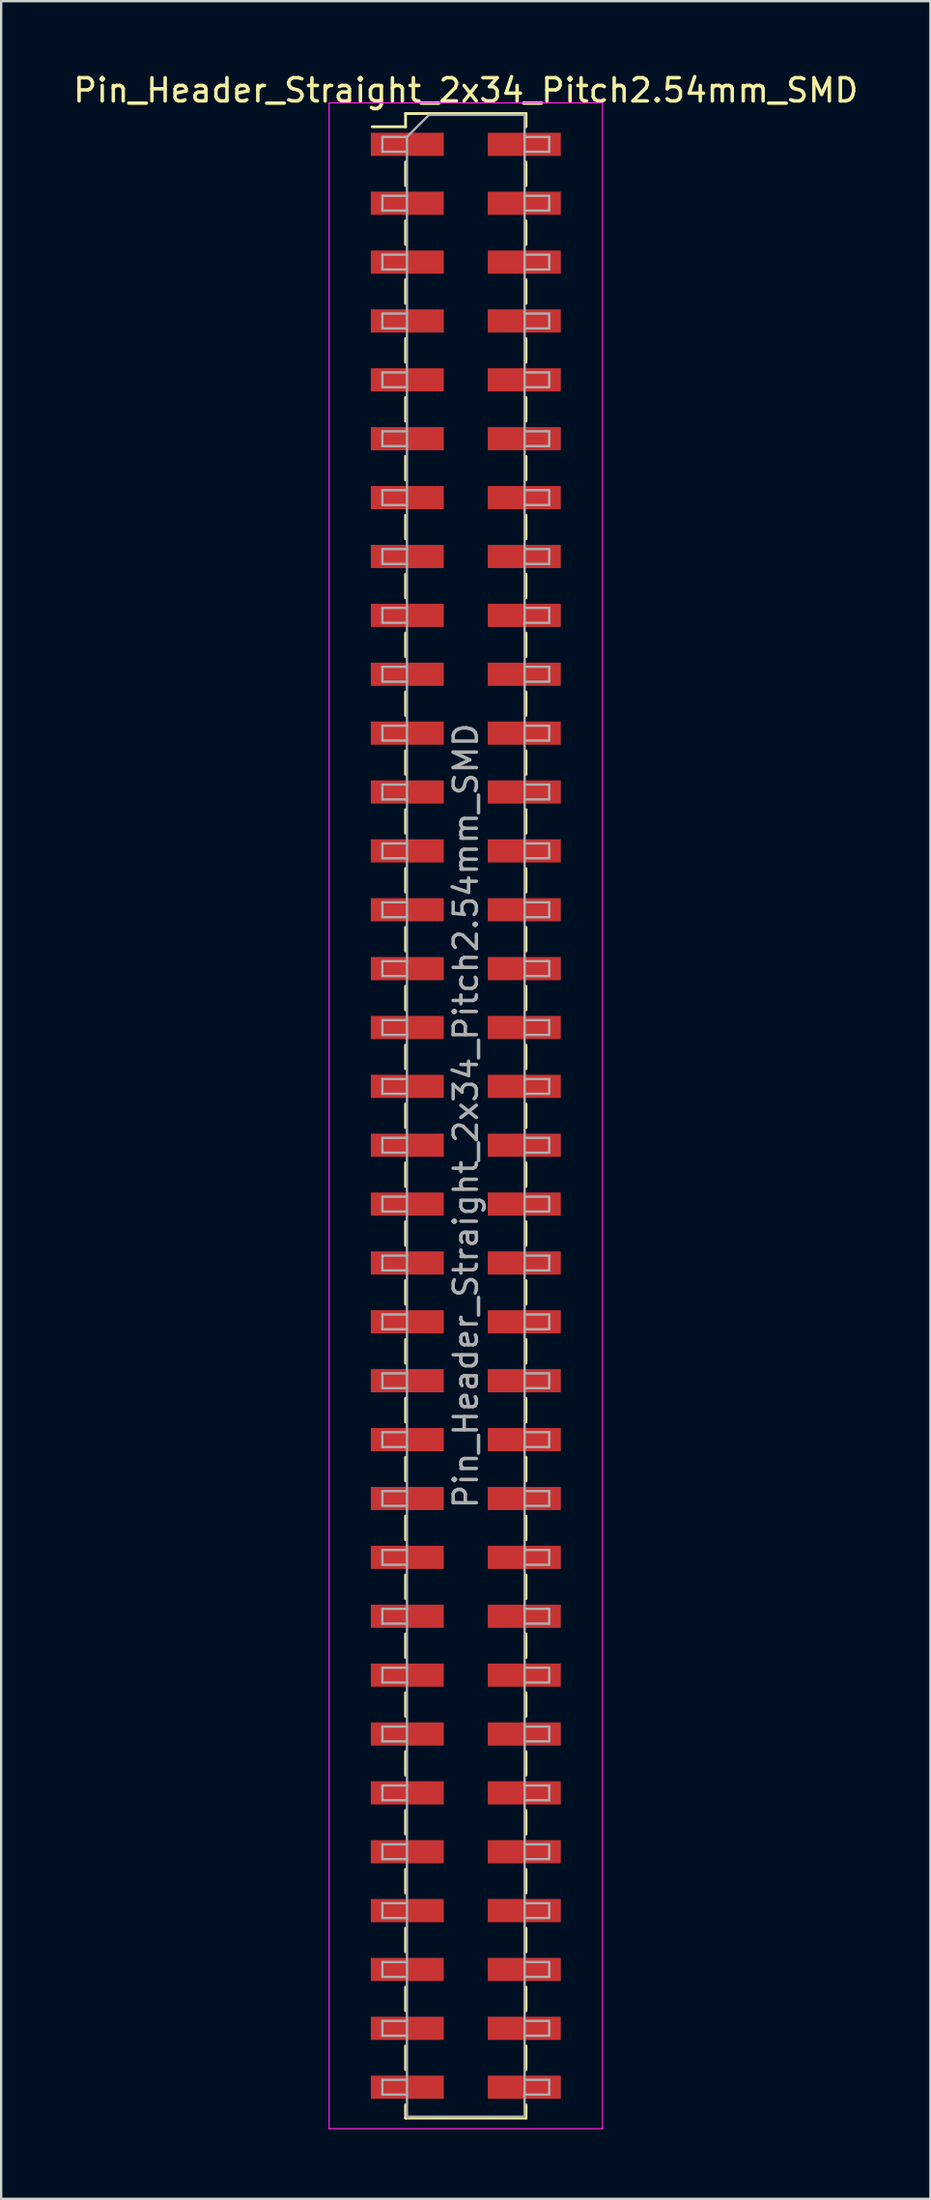
<source format=kicad_pcb>
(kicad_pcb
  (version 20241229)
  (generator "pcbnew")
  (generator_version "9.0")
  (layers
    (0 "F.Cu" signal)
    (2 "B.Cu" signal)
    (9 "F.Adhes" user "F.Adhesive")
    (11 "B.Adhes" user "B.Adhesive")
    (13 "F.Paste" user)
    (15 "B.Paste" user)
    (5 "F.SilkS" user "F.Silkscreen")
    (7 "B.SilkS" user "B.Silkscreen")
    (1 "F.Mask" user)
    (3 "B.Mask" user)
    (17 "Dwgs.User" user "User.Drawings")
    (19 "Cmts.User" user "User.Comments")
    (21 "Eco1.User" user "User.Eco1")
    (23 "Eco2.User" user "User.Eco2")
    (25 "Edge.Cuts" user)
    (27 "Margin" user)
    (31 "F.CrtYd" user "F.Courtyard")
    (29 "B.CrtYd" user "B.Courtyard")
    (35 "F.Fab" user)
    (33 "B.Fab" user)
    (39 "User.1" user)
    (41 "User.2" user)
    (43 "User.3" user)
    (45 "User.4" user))
  (footprint "Pin_Header_Straight_2x34_Pitch2.54mm_SMD"
    (layer "F.Cu")
    (at 17.054 45.088)
    (property "Reference" "Pin_Header_Straight_2x34_Pitch2.54mm_SMD" (at 0 -44.24 0) (layer "F.SilkS") (effects (font (size 1 1) (thickness 0.15))))
    (attr smd)
    (fp_line (start -4.04 -42.67) (end -2.6 -42.67) (stroke (width 0.12) (type solid)) (layer "F.SilkS"))
    (fp_line (start -2.6 -43.24) (end -2.6 -42.67) (stroke (width 0.12) (type solid)) (layer "F.SilkS"))
    (fp_line (start -2.6 -43.24) (end 2.6 -43.24) (stroke (width 0.12) (type solid)) (layer "F.SilkS"))
    (fp_line (start -2.6 -41.15) (end -2.6 -40.13) (stroke (width 0.12) (type solid)) (layer "F.SilkS"))
    (fp_line (start -2.6 -38.61) (end -2.6 -37.59) (stroke (width 0.12) (type solid)) (layer "F.SilkS"))
    (fp_line (start -2.6 -36.07) (end -2.6 -35.05) (stroke (width 0.12) (type solid)) (layer "F.SilkS"))
    (fp_line (start -2.6 -33.53) (end -2.6 -32.51) (stroke (width 0.12) (type solid)) (layer "F.SilkS"))
    (fp_line (start -2.6 -30.99) (end -2.6 -29.97) (stroke (width 0.12) (type solid)) (layer "F.SilkS"))
    (fp_line (start -2.6 -28.45) (end -2.6 -27.43) (stroke (width 0.12) (type solid)) (layer "F.SilkS"))
    (fp_line (start -2.6 -25.91) (end -2.6 -24.89) (stroke (width 0.12) (type solid)) (layer "F.SilkS"))
    (fp_line (start -2.6 -23.37) (end -2.6 -22.35) (stroke (width 0.12) (type solid)) (layer "F.SilkS"))
    (fp_line (start -2.6 -20.83) (end -2.6 -19.81) (stroke (width 0.12) (type solid)) (layer "F.SilkS"))
    (fp_line (start -2.6 -18.29) (end -2.6 -17.27) (stroke (width 0.12) (type solid)) (layer "F.SilkS"))
    (fp_line (start -2.6 -15.75) (end -2.6 -14.73) (stroke (width 0.12) (type solid)) (layer "F.SilkS"))
    (fp_line (start -2.6 -13.21) (end -2.6 -12.19) (stroke (width 0.12) (type solid)) (layer "F.SilkS"))
    (fp_line (start -2.6 -10.67) (end -2.6 -9.65) (stroke (width 0.12) (type solid)) (layer "F.SilkS"))
    (fp_line (start -2.6 -8.13) (end -2.6 -7.11) (stroke (width 0.12) (type solid)) (layer "F.SilkS"))
    (fp_line (start -2.6 -5.59) (end -2.6 -4.57) (stroke (width 0.12) (type solid)) (layer "F.SilkS"))
    (fp_line (start -2.6 -3.05) (end -2.6 -2.03) (stroke (width 0.12) (type solid)) (layer "F.SilkS"))
    (fp_line (start -2.6 -0.51) (end -2.6 0.51) (stroke (width 0.12) (type solid)) (layer "F.SilkS"))
    (fp_line (start -2.6 2.03) (end -2.6 3.05) (stroke (width 0.12) (type solid)) (layer "F.SilkS"))
    (fp_line (start -2.6 4.57) (end -2.6 5.59) (stroke (width 0.12) (type solid)) (layer "F.SilkS"))
    (fp_line (start -2.6 7.11) (end -2.6 8.13) (stroke (width 0.12) (type solid)) (layer "F.SilkS"))
    (fp_line (start -2.6 9.65) (end -2.6 10.67) (stroke (width 0.12) (type solid)) (layer "F.SilkS"))
    (fp_line (start -2.6 12.19) (end -2.6 13.21) (stroke (width 0.12) (type solid)) (layer "F.SilkS"))
    (fp_line (start -2.6 14.73) (end -2.6 15.75) (stroke (width 0.12) (type solid)) (layer "F.SilkS"))
    (fp_line (start -2.6 17.27) (end -2.6 18.29) (stroke (width 0.12) (type solid)) (layer "F.SilkS"))
    (fp_line (start -2.6 19.81) (end -2.6 20.83) (stroke (width 0.12) (type solid)) (layer "F.SilkS"))
    (fp_line (start -2.6 22.35) (end -2.6 23.37) (stroke (width 0.12) (type solid)) (layer "F.SilkS"))
    (fp_line (start -2.6 24.89) (end -2.6 25.91) (stroke (width 0.12) (type solid)) (layer "F.SilkS"))
    (fp_line (start -2.6 27.43) (end -2.6 28.45) (stroke (width 0.12) (type solid)) (layer "F.SilkS"))
    (fp_line (start -2.6 29.97) (end -2.6 30.99) (stroke (width 0.12) (type solid)) (layer "F.SilkS"))
    (fp_line (start -2.6 32.51) (end -2.6 33.53) (stroke (width 0.12) (type solid)) (layer "F.SilkS"))
    (fp_line (start -2.6 35.05) (end -2.6 36.07) (stroke (width 0.12) (type solid)) (layer "F.SilkS"))
    (fp_line (start -2.6 37.59) (end -2.6 38.61) (stroke (width 0.12) (type solid)) (layer "F.SilkS"))
    (fp_line (start -2.6 40.13) (end -2.6 41.15) (stroke (width 0.12) (type solid)) (layer "F.SilkS"))
    (fp_line (start -2.6 42.67) (end -2.6 43.24) (stroke (width 0.12) (type solid)) (layer "F.SilkS"))
    (fp_line (start -2.6 43.24) (end 2.6 43.24) (stroke (width 0.12) (type solid)) (layer "F.SilkS"))
    (fp_line (start 2.6 -43.24) (end 2.6 -42.67) (stroke (width 0.12) (type solid)) (layer "F.SilkS"))
    (fp_line (start 2.6 -41.15) (end 2.6 -40.13) (stroke (width 0.12) (type solid)) (layer "F.SilkS"))
    (fp_line (start 2.6 -38.61) (end 2.6 -37.59) (stroke (width 0.12) (type solid)) (layer "F.SilkS"))
    (fp_line (start 2.6 -36.07) (end 2.6 -35.05) (stroke (width 0.12) (type solid)) (layer "F.SilkS"))
    (fp_line (start 2.6 -33.53) (end 2.6 -32.51) (stroke (width 0.12) (type solid)) (layer "F.SilkS"))
    (fp_line (start 2.6 -30.99) (end 2.6 -29.97) (stroke (width 0.12) (type solid)) (layer "F.SilkS"))
    (fp_line (start 2.6 -28.45) (end 2.6 -27.43) (stroke (width 0.12) (type solid)) (layer "F.SilkS"))
    (fp_line (start 2.6 -25.91) (end 2.6 -24.89) (stroke (width 0.12) (type solid)) (layer "F.SilkS"))
    (fp_line (start 2.6 -23.37) (end 2.6 -22.35) (stroke (width 0.12) (type solid)) (layer "F.SilkS"))
    (fp_line (start 2.6 -20.83) (end 2.6 -19.81) (stroke (width 0.12) (type solid)) (layer "F.SilkS"))
    (fp_line (start 2.6 -18.29) (end 2.6 -17.27) (stroke (width 0.12) (type solid)) (layer "F.SilkS"))
    (fp_line (start 2.6 -15.75) (end 2.6 -14.73) (stroke (width 0.12) (type solid)) (layer "F.SilkS"))
    (fp_line (start 2.6 -13.21) (end 2.6 -12.19) (stroke (width 0.12) (type solid)) (layer "F.SilkS"))
    (fp_line (start 2.6 -10.67) (end 2.6 -9.65) (stroke (width 0.12) (type solid)) (layer "F.SilkS"))
    (fp_line (start 2.6 -8.13) (end 2.6 -7.11) (stroke (width 0.12) (type solid)) (layer "F.SilkS"))
    (fp_line (start 2.6 -5.59) (end 2.6 -4.57) (stroke (width 0.12) (type solid)) (layer "F.SilkS"))
    (fp_line (start 2.6 -3.05) (end 2.6 -2.03) (stroke (width 0.12) (type solid)) (layer "F.SilkS"))
    (fp_line (start 2.6 -0.51) (end 2.6 0.51) (stroke (width 0.12) (type solid)) (layer "F.SilkS"))
    (fp_line (start 2.6 2.03) (end 2.6 3.05) (stroke (width 0.12) (type solid)) (layer "F.SilkS"))
    (fp_line (start 2.6 4.57) (end 2.6 5.59) (stroke (width 0.12) (type solid)) (layer "F.SilkS"))
    (fp_line (start 2.6 7.11) (end 2.6 8.13) (stroke (width 0.12) (type solid)) (layer "F.SilkS"))
    (fp_line (start 2.6 9.65) (end 2.6 10.67) (stroke (width 0.12) (type solid)) (layer "F.SilkS"))
    (fp_line (start 2.6 12.19) (end 2.6 13.21) (stroke (width 0.12) (type solid)) (layer "F.SilkS"))
    (fp_line (start 2.6 14.73) (end 2.6 15.75) (stroke (width 0.12) (type solid)) (layer "F.SilkS"))
    (fp_line (start 2.6 17.27) (end 2.6 18.29) (stroke (width 0.12) (type solid)) (layer "F.SilkS"))
    (fp_line (start 2.6 19.81) (end 2.6 20.83) (stroke (width 0.12) (type solid)) (layer "F.SilkS"))
    (fp_line (start 2.6 22.35) (end 2.6 23.37) (stroke (width 0.12) (type solid)) (layer "F.SilkS"))
    (fp_line (start 2.6 24.89) (end 2.6 25.91) (stroke (width 0.12) (type solid)) (layer "F.SilkS"))
    (fp_line (start 2.6 27.43) (end 2.6 28.45) (stroke (width 0.12) (type solid)) (layer "F.SilkS"))
    (fp_line (start 2.6 29.97) (end 2.6 30.99) (stroke (width 0.12) (type solid)) (layer "F.SilkS"))
    (fp_line (start 2.6 32.51) (end 2.6 33.53) (stroke (width 0.12) (type solid)) (layer "F.SilkS"))
    (fp_line (start 2.6 35.05) (end 2.6 36.07) (stroke (width 0.12) (type solid)) (layer "F.SilkS"))
    (fp_line (start 2.6 37.59) (end 2.6 38.61) (stroke (width 0.12) (type solid)) (layer "F.SilkS"))
    (fp_line (start 2.6 40.13) (end 2.6 41.15) (stroke (width 0.12) (type solid)) (layer "F.SilkS"))
    (fp_line (start 2.6 42.67) (end 2.6 43.24) (stroke (width 0.12) (type solid)) (layer "F.SilkS"))
    (fp_line (start -5.9 -43.7) (end -5.9 43.7) (stroke (width 0.05) (type solid)) (layer "F.CrtYd"))
    (fp_line (start -5.9 43.7) (end 5.9 43.7) (stroke (width 0.05) (type solid)) (layer "F.CrtYd"))
    (fp_line (start 5.9 -43.7) (end -5.9 -43.7) (stroke (width 0.05) (type solid)) (layer "F.CrtYd"))
    (fp_line (start 5.9 43.7) (end 5.9 -43.7) (stroke (width 0.05) (type solid)) (layer "F.CrtYd"))
    (fp_line (start -3.6 -42.23) (end -3.6 -41.59) (stroke (width 0.1) (type solid)) (layer "F.Fab"))
    (fp_line (start -3.6 -41.59) (end -2.54 -41.59) (stroke (width 0.1) (type solid)) (layer "F.Fab"))
    (fp_line (start -3.6 -39.69) (end -3.6 -39.05) (stroke (width 0.1) (type solid)) (layer "F.Fab"))
    (fp_line (start -3.6 -39.05) (end -2.54 -39.05) (stroke (width 0.1) (type solid)) (layer "F.Fab"))
    (fp_line (start -3.6 -37.15) (end -3.6 -36.51) (stroke (width 0.1) (type solid)) (layer "F.Fab"))
    (fp_line (start -3.6 -36.51) (end -2.54 -36.51) (stroke (width 0.1) (type solid)) (layer "F.Fab"))
    (fp_line (start -3.6 -34.61) (end -3.6 -33.97) (stroke (width 0.1) (type solid)) (layer "F.Fab"))
    (fp_line (start -3.6 -33.97) (end -2.54 -33.97) (stroke (width 0.1) (type solid)) (layer "F.Fab"))
    (fp_line (start -3.6 -32.07) (end -3.6 -31.43) (stroke (width 0.1) (type solid)) (layer "F.Fab"))
    (fp_line (start -3.6 -31.43) (end -2.54 -31.43) (stroke (width 0.1) (type solid)) (layer "F.Fab"))
    (fp_line (start -3.6 -29.53) (end -3.6 -28.89) (stroke (width 0.1) (type solid)) (layer "F.Fab"))
    (fp_line (start -3.6 -28.89) (end -2.54 -28.89) (stroke (width 0.1) (type solid)) (layer "F.Fab"))
    (fp_line (start -3.6 -26.99) (end -3.6 -26.35) (stroke (width 0.1) (type solid)) (layer "F.Fab"))
    (fp_line (start -3.6 -26.35) (end -2.54 -26.35) (stroke (width 0.1) (type solid)) (layer "F.Fab"))
    (fp_line (start -3.6 -24.45) (end -3.6 -23.81) (stroke (width 0.1) (type solid)) (layer "F.Fab"))
    (fp_line (start -3.6 -23.81) (end -2.54 -23.81) (stroke (width 0.1) (type solid)) (layer "F.Fab"))
    (fp_line (start -3.6 -21.91) (end -3.6 -21.27) (stroke (width 0.1) (type solid)) (layer "F.Fab"))
    (fp_line (start -3.6 -21.27) (end -2.54 -21.27) (stroke (width 0.1) (type solid)) (layer "F.Fab"))
    (fp_line (start -3.6 -19.37) (end -3.6 -18.73) (stroke (width 0.1) (type solid)) (layer "F.Fab"))
    (fp_line (start -3.6 -18.73) (end -2.54 -18.73) (stroke (width 0.1) (type solid)) (layer "F.Fab"))
    (fp_line (start -3.6 -16.83) (end -3.6 -16.19) (stroke (width 0.1) (type solid)) (layer "F.Fab"))
    (fp_line (start -3.6 -16.19) (end -2.54 -16.19) (stroke (width 0.1) (type solid)) (layer "F.Fab"))
    (fp_line (start -3.6 -14.29) (end -3.6 -13.65) (stroke (width 0.1) (type solid)) (layer "F.Fab"))
    (fp_line (start -3.6 -13.65) (end -2.54 -13.65) (stroke (width 0.1) (type solid)) (layer "F.Fab"))
    (fp_line (start -3.6 -11.75) (end -3.6 -11.11) (stroke (width 0.1) (type solid)) (layer "F.Fab"))
    (fp_line (start -3.6 -11.11) (end -2.54 -11.11) (stroke (width 0.1) (type solid)) (layer "F.Fab"))
    (fp_line (start -3.6 -9.21) (end -3.6 -8.57) (stroke (width 0.1) (type solid)) (layer "F.Fab"))
    (fp_line (start -3.6 -8.57) (end -2.54 -8.57) (stroke (width 0.1) (type solid)) (layer "F.Fab"))
    (fp_line (start -3.6 -6.67) (end -3.6 -6.03) (stroke (width 0.1) (type solid)) (layer "F.Fab"))
    (fp_line (start -3.6 -6.03) (end -2.54 -6.03) (stroke (width 0.1) (type solid)) (layer "F.Fab"))
    (fp_line (start -3.6 -4.13) (end -3.6 -3.49) (stroke (width 0.1) (type solid)) (layer "F.Fab"))
    (fp_line (start -3.6 -3.49) (end -2.54 -3.49) (stroke (width 0.1) (type solid)) (layer "F.Fab"))
    (fp_line (start -3.6 -1.59) (end -3.6 -0.95) (stroke (width 0.1) (type solid)) (layer "F.Fab"))
    (fp_line (start -3.6 -0.95) (end -2.54 -0.95) (stroke (width 0.1) (type solid)) (layer "F.Fab"))
    (fp_line (start -3.6 0.95) (end -3.6 1.59) (stroke (width 0.1) (type solid)) (layer "F.Fab"))
    (fp_line (start -3.6 1.59) (end -2.54 1.59) (stroke (width 0.1) (type solid)) (layer "F.Fab"))
    (fp_line (start -3.6 3.49) (end -3.6 4.13) (stroke (width 0.1) (type solid)) (layer "F.Fab"))
    (fp_line (start -3.6 4.13) (end -2.54 4.13) (stroke (width 0.1) (type solid)) (layer "F.Fab"))
    (fp_line (start -3.6 6.03) (end -3.6 6.67) (stroke (width 0.1) (type solid)) (layer "F.Fab"))
    (fp_line (start -3.6 6.67) (end -2.54 6.67) (stroke (width 0.1) (type solid)) (layer "F.Fab"))
    (fp_line (start -3.6 8.57) (end -3.6 9.21) (stroke (width 0.1) (type solid)) (layer "F.Fab"))
    (fp_line (start -3.6 9.21) (end -2.54 9.21) (stroke (width 0.1) (type solid)) (layer "F.Fab"))
    (fp_line (start -3.6 11.11) (end -3.6 11.75) (stroke (width 0.1) (type solid)) (layer "F.Fab"))
    (fp_line (start -3.6 11.75) (end -2.54 11.75) (stroke (width 0.1) (type solid)) (layer "F.Fab"))
    (fp_line (start -3.6 13.65) (end -3.6 14.29) (stroke (width 0.1) (type solid)) (layer "F.Fab"))
    (fp_line (start -3.6 14.29) (end -2.54 14.29) (stroke (width 0.1) (type solid)) (layer "F.Fab"))
    (fp_line (start -3.6 16.19) (end -3.6 16.83) (stroke (width 0.1) (type solid)) (layer "F.Fab"))
    (fp_line (start -3.6 16.83) (end -2.54 16.83) (stroke (width 0.1) (type solid)) (layer "F.Fab"))
    (fp_line (start -3.6 18.73) (end -3.6 19.37) (stroke (width 0.1) (type solid)) (layer "F.Fab"))
    (fp_line (start -3.6 19.37) (end -2.54 19.37) (stroke (width 0.1) (type solid)) (layer "F.Fab"))
    (fp_line (start -3.6 21.27) (end -3.6 21.91) (stroke (width 0.1) (type solid)) (layer "F.Fab"))
    (fp_line (start -3.6 21.91) (end -2.54 21.91) (stroke (width 0.1) (type solid)) (layer "F.Fab"))
    (fp_line (start -3.6 23.81) (end -3.6 24.45) (stroke (width 0.1) (type solid)) (layer "F.Fab"))
    (fp_line (start -3.6 24.45) (end -2.54 24.45) (stroke (width 0.1) (type solid)) (layer "F.Fab"))
    (fp_line (start -3.6 26.35) (end -3.6 26.99) (stroke (width 0.1) (type solid)) (layer "F.Fab"))
    (fp_line (start -3.6 26.99) (end -2.54 26.99) (stroke (width 0.1) (type solid)) (layer "F.Fab"))
    (fp_line (start -3.6 28.89) (end -3.6 29.53) (stroke (width 0.1) (type solid)) (layer "F.Fab"))
    (fp_line (start -3.6 29.53) (end -2.54 29.53) (stroke (width 0.1) (type solid)) (layer "F.Fab"))
    (fp_line (start -3.6 31.43) (end -3.6 32.07) (stroke (width 0.1) (type solid)) (layer "F.Fab"))
    (fp_line (start -3.6 32.07) (end -2.54 32.07) (stroke (width 0.1) (type solid)) (layer "F.Fab"))
    (fp_line (start -3.6 33.97) (end -3.6 34.61) (stroke (width 0.1) (type solid)) (layer "F.Fab"))
    (fp_line (start -3.6 34.61) (end -2.54 34.61) (stroke (width 0.1) (type solid)) (layer "F.Fab"))
    (fp_line (start -3.6 36.51) (end -3.6 37.15) (stroke (width 0.1) (type solid)) (layer "F.Fab"))
    (fp_line (start -3.6 37.15) (end -2.54 37.15) (stroke (width 0.1) (type solid)) (layer "F.Fab"))
    (fp_line (start -3.6 39.05) (end -3.6 39.69) (stroke (width 0.1) (type solid)) (layer "F.Fab"))
    (fp_line (start -3.6 39.69) (end -2.54 39.69) (stroke (width 0.1) (type solid)) (layer "F.Fab"))
    (fp_line (start -3.6 41.59) (end -3.6 42.23) (stroke (width 0.1) (type solid)) (layer "F.Fab"))
    (fp_line (start -3.6 42.23) (end -2.54 42.23) (stroke (width 0.1) (type solid)) (layer "F.Fab"))
    (fp_line (start -2.54 -42.23) (end -3.6 -42.23) (stroke (width 0.1) (type solid)) (layer "F.Fab"))
    (fp_line (start -2.54 -42.23) (end -1.59 -43.18) (stroke (width 0.1) (type solid)) (layer "F.Fab"))
    (fp_line (start -2.54 -39.69) (end -3.6 -39.69) (stroke (width 0.1) (type solid)) (layer "F.Fab"))
    (fp_line (start -2.54 -37.15) (end -3.6 -37.15) (stroke (width 0.1) (type solid)) (layer "F.Fab"))
    (fp_line (start -2.54 -34.61) (end -3.6 -34.61) (stroke (width 0.1) (type solid)) (layer "F.Fab"))
    (fp_line (start -2.54 -32.07) (end -3.6 -32.07) (stroke (width 0.1) (type solid)) (layer "F.Fab"))
    (fp_line (start -2.54 -29.53) (end -3.6 -29.53) (stroke (width 0.1) (type solid)) (layer "F.Fab"))
    (fp_line (start -2.54 -26.99) (end -3.6 -26.99) (stroke (width 0.1) (type solid)) (layer "F.Fab"))
    (fp_line (start -2.54 -24.45) (end -3.6 -24.45) (stroke (width 0.1) (type solid)) (layer "F.Fab"))
    (fp_line (start -2.54 -21.91) (end -3.6 -21.91) (stroke (width 0.1) (type solid)) (layer "F.Fab"))
    (fp_line (start -2.54 -19.37) (end -3.6 -19.37) (stroke (width 0.1) (type solid)) (layer "F.Fab"))
    (fp_line (start -2.54 -16.83) (end -3.6 -16.83) (stroke (width 0.1) (type solid)) (layer "F.Fab"))
    (fp_line (start -2.54 -14.29) (end -3.6 -14.29) (stroke (width 0.1) (type solid)) (layer "F.Fab"))
    (fp_line (start -2.54 -11.75) (end -3.6 -11.75) (stroke (width 0.1) (type solid)) (layer "F.Fab"))
    (fp_line (start -2.54 -9.21) (end -3.6 -9.21) (stroke (width 0.1) (type solid)) (layer "F.Fab"))
    (fp_line (start -2.54 -6.67) (end -3.6 -6.67) (stroke (width 0.1) (type solid)) (layer "F.Fab"))
    (fp_line (start -2.54 -4.13) (end -3.6 -4.13) (stroke (width 0.1) (type solid)) (layer "F.Fab"))
    (fp_line (start -2.54 -1.59) (end -3.6 -1.59) (stroke (width 0.1) (type solid)) (layer "F.Fab"))
    (fp_line (start -2.54 0.95) (end -3.6 0.95) (stroke (width 0.1) (type solid)) (layer "F.Fab"))
    (fp_line (start -2.54 3.49) (end -3.6 3.49) (stroke (width 0.1) (type solid)) (layer "F.Fab"))
    (fp_line (start -2.54 6.03) (end -3.6 6.03) (stroke (width 0.1) (type solid)) (layer "F.Fab"))
    (fp_line (start -2.54 8.57) (end -3.6 8.57) (stroke (width 0.1) (type solid)) (layer "F.Fab"))
    (fp_line (start -2.54 11.11) (end -3.6 11.11) (stroke (width 0.1) (type solid)) (layer "F.Fab"))
    (fp_line (start -2.54 13.65) (end -3.6 13.65) (stroke (width 0.1) (type solid)) (layer "F.Fab"))
    (fp_line (start -2.54 16.19) (end -3.6 16.19) (stroke (width 0.1) (type solid)) (layer "F.Fab"))
    (fp_line (start -2.54 18.73) (end -3.6 18.73) (stroke (width 0.1) (type solid)) (layer "F.Fab"))
    (fp_line (start -2.54 21.27) (end -3.6 21.27) (stroke (width 0.1) (type solid)) (layer "F.Fab"))
    (fp_line (start -2.54 23.81) (end -3.6 23.81) (stroke (width 0.1) (type solid)) (layer "F.Fab"))
    (fp_line (start -2.54 26.35) (end -3.6 26.35) (stroke (width 0.1) (type solid)) (layer "F.Fab"))
    (fp_line (start -2.54 28.89) (end -3.6 28.89) (stroke (width 0.1) (type solid)) (layer "F.Fab"))
    (fp_line (start -2.54 31.43) (end -3.6 31.43) (stroke (width 0.1) (type solid)) (layer "F.Fab"))
    (fp_line (start -2.54 33.97) (end -3.6 33.97) (stroke (width 0.1) (type solid)) (layer "F.Fab"))
    (fp_line (start -2.54 36.51) (end -3.6 36.51) (stroke (width 0.1) (type solid)) (layer "F.Fab"))
    (fp_line (start -2.54 39.05) (end -3.6 39.05) (stroke (width 0.1) (type solid)) (layer "F.Fab"))
    (fp_line (start -2.54 41.59) (end -3.6 41.59) (stroke (width 0.1) (type solid)) (layer "F.Fab"))
    (fp_line (start -2.54 43.18) (end -2.54 -42.23) (stroke (width 0.1) (type solid)) (layer "F.Fab"))
    (fp_line (start -1.59 -43.18) (end 2.54 -43.18) (stroke (width 0.1) (type solid)) (layer "F.Fab"))
    (fp_line (start 2.54 -43.18) (end 2.54 43.18) (stroke (width 0.1) (type solid)) (layer "F.Fab"))
    (fp_line (start 2.54 -42.23) (end 3.6 -42.23) (stroke (width 0.1) (type solid)) (layer "F.Fab"))
    (fp_line (start 2.54 -39.69) (end 3.6 -39.69) (stroke (width 0.1) (type solid)) (layer "F.Fab"))
    (fp_line (start 2.54 -37.15) (end 3.6 -37.15) (stroke (width 0.1) (type solid)) (layer "F.Fab"))
    (fp_line (start 2.54 -34.61) (end 3.6 -34.61) (stroke (width 0.1) (type solid)) (layer "F.Fab"))
    (fp_line (start 2.54 -32.07) (end 3.6 -32.07) (stroke (width 0.1) (type solid)) (layer "F.Fab"))
    (fp_line (start 2.54 -29.53) (end 3.6 -29.53) (stroke (width 0.1) (type solid)) (layer "F.Fab"))
    (fp_line (start 2.54 -26.99) (end 3.6 -26.99) (stroke (width 0.1) (type solid)) (layer "F.Fab"))
    (fp_line (start 2.54 -24.45) (end 3.6 -24.45) (stroke (width 0.1) (type solid)) (layer "F.Fab"))
    (fp_line (start 2.54 -21.91) (end 3.6 -21.91) (stroke (width 0.1) (type solid)) (layer "F.Fab"))
    (fp_line (start 2.54 -19.37) (end 3.6 -19.37) (stroke (width 0.1) (type solid)) (layer "F.Fab"))
    (fp_line (start 2.54 -16.83) (end 3.6 -16.83) (stroke (width 0.1) (type solid)) (layer "F.Fab"))
    (fp_line (start 2.54 -14.29) (end 3.6 -14.29) (stroke (width 0.1) (type solid)) (layer "F.Fab"))
    (fp_line (start 2.54 -11.75) (end 3.6 -11.75) (stroke (width 0.1) (type solid)) (layer "F.Fab"))
    (fp_line (start 2.54 -9.21) (end 3.6 -9.21) (stroke (width 0.1) (type solid)) (layer "F.Fab"))
    (fp_line (start 2.54 -6.67) (end 3.6 -6.67) (stroke (width 0.1) (type solid)) (layer "F.Fab"))
    (fp_line (start 2.54 -4.13) (end 3.6 -4.13) (stroke (width 0.1) (type solid)) (layer "F.Fab"))
    (fp_line (start 2.54 -1.59) (end 3.6 -1.59) (stroke (width 0.1) (type solid)) (layer "F.Fab"))
    (fp_line (start 2.54 0.95) (end 3.6 0.95) (stroke (width 0.1) (type solid)) (layer "F.Fab"))
    (fp_line (start 2.54 3.49) (end 3.6 3.49) (stroke (width 0.1) (type solid)) (layer "F.Fab"))
    (fp_line (start 2.54 6.03) (end 3.6 6.03) (stroke (width 0.1) (type solid)) (layer "F.Fab"))
    (fp_line (start 2.54 8.57) (end 3.6 8.57) (stroke (width 0.1) (type solid)) (layer "F.Fab"))
    (fp_line (start 2.54 11.11) (end 3.6 11.11) (stroke (width 0.1) (type solid)) (layer "F.Fab"))
    (fp_line (start 2.54 13.65) (end 3.6 13.65) (stroke (width 0.1) (type solid)) (layer "F.Fab"))
    (fp_line (start 2.54 16.19) (end 3.6 16.19) (stroke (width 0.1) (type solid)) (layer "F.Fab"))
    (fp_line (start 2.54 18.73) (end 3.6 18.73) (stroke (width 0.1) (type solid)) (layer "F.Fab"))
    (fp_line (start 2.54 21.27) (end 3.6 21.27) (stroke (width 0.1) (type solid)) (layer "F.Fab"))
    (fp_line (start 2.54 23.81) (end 3.6 23.81) (stroke (width 0.1) (type solid)) (layer "F.Fab"))
    (fp_line (start 2.54 26.35) (end 3.6 26.35) (stroke (width 0.1) (type solid)) (layer "F.Fab"))
    (fp_line (start 2.54 28.89) (end 3.6 28.89) (stroke (width 0.1) (type solid)) (layer "F.Fab"))
    (fp_line (start 2.54 31.43) (end 3.6 31.43) (stroke (width 0.1) (type solid)) (layer "F.Fab"))
    (fp_line (start 2.54 33.97) (end 3.6 33.97) (stroke (width 0.1) (type solid)) (layer "F.Fab"))
    (fp_line (start 2.54 36.51) (end 3.6 36.51) (stroke (width 0.1) (type solid)) (layer "F.Fab"))
    (fp_line (start 2.54 39.05) (end 3.6 39.05) (stroke (width 0.1) (type solid)) (layer "F.Fab"))
    (fp_line (start 2.54 41.59) (end 3.6 41.59) (stroke (width 0.1) (type solid)) (layer "F.Fab"))
    (fp_line (start 2.54 43.18) (end -2.54 43.18) (stroke (width 0.1) (type solid)) (layer "F.Fab"))
    (fp_line (start 3.6 -42.23) (end 3.6 -41.59) (stroke (width 0.1) (type solid)) (layer "F.Fab"))
    (fp_line (start 3.6 -41.59) (end 2.54 -41.59) (stroke (width 0.1) (type solid)) (layer "F.Fab"))
    (fp_line (start 3.6 -39.69) (end 3.6 -39.05) (stroke (width 0.1) (type solid)) (layer "F.Fab"))
    (fp_line (start 3.6 -39.05) (end 2.54 -39.05) (stroke (width 0.1) (type solid)) (layer "F.Fab"))
    (fp_line (start 3.6 -37.15) (end 3.6 -36.51) (stroke (width 0.1) (type solid)) (layer "F.Fab"))
    (fp_line (start 3.6 -36.51) (end 2.54 -36.51) (stroke (width 0.1) (type solid)) (layer "F.Fab"))
    (fp_line (start 3.6 -34.61) (end 3.6 -33.97) (stroke (width 0.1) (type solid)) (layer "F.Fab"))
    (fp_line (start 3.6 -33.97) (end 2.54 -33.97) (stroke (width 0.1) (type solid)) (layer "F.Fab"))
    (fp_line (start 3.6 -32.07) (end 3.6 -31.43) (stroke (width 0.1) (type solid)) (layer "F.Fab"))
    (fp_line (start 3.6 -31.43) (end 2.54 -31.43) (stroke (width 0.1) (type solid)) (layer "F.Fab"))
    (fp_line (start 3.6 -29.53) (end 3.6 -28.89) (stroke (width 0.1) (type solid)) (layer "F.Fab"))
    (fp_line (start 3.6 -28.89) (end 2.54 -28.89) (stroke (width 0.1) (type solid)) (layer "F.Fab"))
    (fp_line (start 3.6 -26.99) (end 3.6 -26.35) (stroke (width 0.1) (type solid)) (layer "F.Fab"))
    (fp_line (start 3.6 -26.35) (end 2.54 -26.35) (stroke (width 0.1) (type solid)) (layer "F.Fab"))
    (fp_line (start 3.6 -24.45) (end 3.6 -23.81) (stroke (width 0.1) (type solid)) (layer "F.Fab"))
    (fp_line (start 3.6 -23.81) (end 2.54 -23.81) (stroke (width 0.1) (type solid)) (layer "F.Fab"))
    (fp_line (start 3.6 -21.91) (end 3.6 -21.27) (stroke (width 0.1) (type solid)) (layer "F.Fab"))
    (fp_line (start 3.6 -21.27) (end 2.54 -21.27) (stroke (width 0.1) (type solid)) (layer "F.Fab"))
    (fp_line (start 3.6 -19.37) (end 3.6 -18.73) (stroke (width 0.1) (type solid)) (layer "F.Fab"))
    (fp_line (start 3.6 -18.73) (end 2.54 -18.73) (stroke (width 0.1) (type solid)) (layer "F.Fab"))
    (fp_line (start 3.6 -16.83) (end 3.6 -16.19) (stroke (width 0.1) (type solid)) (layer "F.Fab"))
    (fp_line (start 3.6 -16.19) (end 2.54 -16.19) (stroke (width 0.1) (type solid)) (layer "F.Fab"))
    (fp_line (start 3.6 -14.29) (end 3.6 -13.65) (stroke (width 0.1) (type solid)) (layer "F.Fab"))
    (fp_line (start 3.6 -13.65) (end 2.54 -13.65) (stroke (width 0.1) (type solid)) (layer "F.Fab"))
    (fp_line (start 3.6 -11.75) (end 3.6 -11.11) (stroke (width 0.1) (type solid)) (layer "F.Fab"))
    (fp_line (start 3.6 -11.11) (end 2.54 -11.11) (stroke (width 0.1) (type solid)) (layer "F.Fab"))
    (fp_line (start 3.6 -9.21) (end 3.6 -8.57) (stroke (width 0.1) (type solid)) (layer "F.Fab"))
    (fp_line (start 3.6 -8.57) (end 2.54 -8.57) (stroke (width 0.1) (type solid)) (layer "F.Fab"))
    (fp_line (start 3.6 -6.67) (end 3.6 -6.03) (stroke (width 0.1) (type solid)) (layer "F.Fab"))
    (fp_line (start 3.6 -6.03) (end 2.54 -6.03) (stroke (width 0.1) (type solid)) (layer "F.Fab"))
    (fp_line (start 3.6 -4.13) (end 3.6 -3.49) (stroke (width 0.1) (type solid)) (layer "F.Fab"))
    (fp_line (start 3.6 -3.49) (end 2.54 -3.49) (stroke (width 0.1) (type solid)) (layer "F.Fab"))
    (fp_line (start 3.6 -1.59) (end 3.6 -0.95) (stroke (width 0.1) (type solid)) (layer "F.Fab"))
    (fp_line (start 3.6 -0.95) (end 2.54 -0.95) (stroke (width 0.1) (type solid)) (layer "F.Fab"))
    (fp_line (start 3.6 0.95) (end 3.6 1.59) (stroke (width 0.1) (type solid)) (layer "F.Fab"))
    (fp_line (start 3.6 1.59) (end 2.54 1.59) (stroke (width 0.1) (type solid)) (layer "F.Fab"))
    (fp_line (start 3.6 3.49) (end 3.6 4.13) (stroke (width 0.1) (type solid)) (layer "F.Fab"))
    (fp_line (start 3.6 4.13) (end 2.54 4.13) (stroke (width 0.1) (type solid)) (layer "F.Fab"))
    (fp_line (start 3.6 6.03) (end 3.6 6.67) (stroke (width 0.1) (type solid)) (layer "F.Fab"))
    (fp_line (start 3.6 6.67) (end 2.54 6.67) (stroke (width 0.1) (type solid)) (layer "F.Fab"))
    (fp_line (start 3.6 8.57) (end 3.6 9.21) (stroke (width 0.1) (type solid)) (layer "F.Fab"))
    (fp_line (start 3.6 9.21) (end 2.54 9.21) (stroke (width 0.1) (type solid)) (layer "F.Fab"))
    (fp_line (start 3.6 11.11) (end 3.6 11.75) (stroke (width 0.1) (type solid)) (layer "F.Fab"))
    (fp_line (start 3.6 11.75) (end 2.54 11.75) (stroke (width 0.1) (type solid)) (layer "F.Fab"))
    (fp_line (start 3.6 13.65) (end 3.6 14.29) (stroke (width 0.1) (type solid)) (layer "F.Fab"))
    (fp_line (start 3.6 14.29) (end 2.54 14.29) (stroke (width 0.1) (type solid)) (layer "F.Fab"))
    (fp_line (start 3.6 16.19) (end 3.6 16.83) (stroke (width 0.1) (type solid)) (layer "F.Fab"))
    (fp_line (start 3.6 16.83) (end 2.54 16.83) (stroke (width 0.1) (type solid)) (layer "F.Fab"))
    (fp_line (start 3.6 18.73) (end 3.6 19.37) (stroke (width 0.1) (type solid)) (layer "F.Fab"))
    (fp_line (start 3.6 19.37) (end 2.54 19.37) (stroke (width 0.1) (type solid)) (layer "F.Fab"))
    (fp_line (start 3.6 21.27) (end 3.6 21.91) (stroke (width 0.1) (type solid)) (layer "F.Fab"))
    (fp_line (start 3.6 21.91) (end 2.54 21.91) (stroke (width 0.1) (type solid)) (layer "F.Fab"))
    (fp_line (start 3.6 23.81) (end 3.6 24.45) (stroke (width 0.1) (type solid)) (layer "F.Fab"))
    (fp_line (start 3.6 24.45) (end 2.54 24.45) (stroke (width 0.1) (type solid)) (layer "F.Fab"))
    (fp_line (start 3.6 26.35) (end 3.6 26.99) (stroke (width 0.1) (type solid)) (layer "F.Fab"))
    (fp_line (start 3.6 26.99) (end 2.54 26.99) (stroke (width 0.1) (type solid)) (layer "F.Fab"))
    (fp_line (start 3.6 28.89) (end 3.6 29.53) (stroke (width 0.1) (type solid)) (layer "F.Fab"))
    (fp_line (start 3.6 29.53) (end 2.54 29.53) (stroke (width 0.1) (type solid)) (layer "F.Fab"))
    (fp_line (start 3.6 31.43) (end 3.6 32.07) (stroke (width 0.1) (type solid)) (layer "F.Fab"))
    (fp_line (start 3.6 32.07) (end 2.54 32.07) (stroke (width 0.1) (type solid)) (layer "F.Fab"))
    (fp_line (start 3.6 33.97) (end 3.6 34.61) (stroke (width 0.1) (type solid)) (layer "F.Fab"))
    (fp_line (start 3.6 34.61) (end 2.54 34.61) (stroke (width 0.1) (type solid)) (layer "F.Fab"))
    (fp_line (start 3.6 36.51) (end 3.6 37.15) (stroke (width 0.1) (type solid)) (layer "F.Fab"))
    (fp_line (start 3.6 37.15) (end 2.54 37.15) (stroke (width 0.1) (type solid)) (layer "F.Fab"))
    (fp_line (start 3.6 39.05) (end 3.6 39.69) (stroke (width 0.1) (type solid)) (layer "F.Fab"))
    (fp_line (start 3.6 39.69) (end 2.54 39.69) (stroke (width 0.1) (type solid)) (layer "F.Fab"))
    (fp_line (start 3.6 41.59) (end 3.6 42.23) (stroke (width 0.1) (type solid)) (layer "F.Fab"))
    (fp_line (start 3.6 42.23) (end 2.54 42.23) (stroke (width 0.1) (type solid)) (layer "F.Fab"))
    (fp_text user "${REFERENCE}" (at 0 0 90) (layer "F.Fab") (effects (font (size 1 1) (thickness 0.15))))
    (pad "1" smd rect (at -2.525 -41.91) (size 3.15 1) (layers "F.Cu" "F.Mask" "F.Paste"))
    (pad "2" smd rect (at 2.525 -41.91) (size 3.15 1) (layers "F.Cu" "F.Mask" "F.Paste"))
    (pad "3" smd rect (at -2.525 -39.37) (size 3.15 1) (layers "F.Cu" "F.Mask" "F.Paste"))
    (pad "4" smd rect (at 2.525 -39.37) (size 3.15 1) (layers "F.Cu" "F.Mask" "F.Paste"))
    (pad "5" smd rect (at -2.525 -36.83) (size 3.15 1) (layers "F.Cu" "F.Mask" "F.Paste"))
    (pad "6" smd rect (at 2.525 -36.83) (size 3.15 1) (layers "F.Cu" "F.Mask" "F.Paste"))
    (pad "7" smd rect (at -2.525 -34.29) (size 3.15 1) (layers "F.Cu" "F.Mask" "F.Paste"))
    (pad "8" smd rect (at 2.525 -34.29) (size 3.15 1) (layers "F.Cu" "F.Mask" "F.Paste"))
    (pad "9" smd rect (at -2.525 -31.75) (size 3.15 1) (layers "F.Cu" "F.Mask" "F.Paste"))
    (pad "10" smd rect (at 2.525 -31.75) (size 3.15 1) (layers "F.Cu" "F.Mask" "F.Paste"))
    (pad "11" smd rect (at -2.525 -29.21) (size 3.15 1) (layers "F.Cu" "F.Mask" "F.Paste"))
    (pad "12" smd rect (at 2.525 -29.21) (size 3.15 1) (layers "F.Cu" "F.Mask" "F.Paste"))
    (pad "13" smd rect (at -2.525 -26.67) (size 3.15 1) (layers "F.Cu" "F.Mask" "F.Paste"))
    (pad "14" smd rect (at 2.525 -26.67) (size 3.15 1) (layers "F.Cu" "F.Mask" "F.Paste"))
    (pad "15" smd rect (at -2.525 -24.13) (size 3.15 1) (layers "F.Cu" "F.Mask" "F.Paste"))
    (pad "16" smd rect (at 2.525 -24.13) (size 3.15 1) (layers "F.Cu" "F.Mask" "F.Paste"))
    (pad "17" smd rect (at -2.525 -21.59) (size 3.15 1) (layers "F.Cu" "F.Mask" "F.Paste"))
    (pad "18" smd rect (at 2.525 -21.59) (size 3.15 1) (layers "F.Cu" "F.Mask" "F.Paste"))
    (pad "19" smd rect (at -2.525 -19.05) (size 3.15 1) (layers "F.Cu" "F.Mask" "F.Paste"))
    (pad "20" smd rect (at 2.525 -19.05) (size 3.15 1) (layers "F.Cu" "F.Mask" "F.Paste"))
    (pad "21" smd rect (at -2.525 -16.51) (size 3.15 1) (layers "F.Cu" "F.Mask" "F.Paste"))
    (pad "22" smd rect (at 2.525 -16.51) (size 3.15 1) (layers "F.Cu" "F.Mask" "F.Paste"))
    (pad "23" smd rect (at -2.525 -13.97) (size 3.15 1) (layers "F.Cu" "F.Mask" "F.Paste"))
    (pad "24" smd rect (at 2.525 -13.97) (size 3.15 1) (layers "F.Cu" "F.Mask" "F.Paste"))
    (pad "25" smd rect (at -2.525 -11.43) (size 3.15 1) (layers "F.Cu" "F.Mask" "F.Paste"))
    (pad "26" smd rect (at 2.525 -11.43) (size 3.15 1) (layers "F.Cu" "F.Mask" "F.Paste"))
    (pad "27" smd rect (at -2.525 -8.89) (size 3.15 1) (layers "F.Cu" "F.Mask" "F.Paste"))
    (pad "28" smd rect (at 2.525 -8.89) (size 3.15 1) (layers "F.Cu" "F.Mask" "F.Paste"))
    (pad "29" smd rect (at -2.525 -6.35) (size 3.15 1) (layers "F.Cu" "F.Mask" "F.Paste"))
    (pad "30" smd rect (at 2.525 -6.35) (size 3.15 1) (layers "F.Cu" "F.Mask" "F.Paste"))
    (pad "31" smd rect (at -2.525 -3.81) (size 3.15 1) (layers "F.Cu" "F.Mask" "F.Paste"))
    (pad "32" smd rect (at 2.525 -3.81) (size 3.15 1) (layers "F.Cu" "F.Mask" "F.Paste"))
    (pad "33" smd rect (at -2.525 -1.27) (size 3.15 1) (layers "F.Cu" "F.Mask" "F.Paste"))
    (pad "34" smd rect (at 2.525 -1.27) (size 3.15 1) (layers "F.Cu" "F.Mask" "F.Paste"))
    (pad "35" smd rect (at -2.525 1.27) (size 3.15 1) (layers "F.Cu" "F.Mask" "F.Paste"))
    (pad "36" smd rect (at 2.525 1.27) (size 3.15 1) (layers "F.Cu" "F.Mask" "F.Paste"))
    (pad "37" smd rect (at -2.525 3.81) (size 3.15 1) (layers "F.Cu" "F.Mask" "F.Paste"))
    (pad "38" smd rect (at 2.525 3.81) (size 3.15 1) (layers "F.Cu" "F.Mask" "F.Paste"))
    (pad "39" smd rect (at -2.525 6.35) (size 3.15 1) (layers "F.Cu" "F.Mask" "F.Paste"))
    (pad "40" smd rect (at 2.525 6.35) (size 3.15 1) (layers "F.Cu" "F.Mask" "F.Paste"))
    (pad "41" smd rect (at -2.525 8.89) (size 3.15 1) (layers "F.Cu" "F.Mask" "F.Paste"))
    (pad "42" smd rect (at 2.525 8.89) (size 3.15 1) (layers "F.Cu" "F.Mask" "F.Paste"))
    (pad "43" smd rect (at -2.525 11.43) (size 3.15 1) (layers "F.Cu" "F.Mask" "F.Paste"))
    (pad "44" smd rect (at 2.525 11.43) (size 3.15 1) (layers "F.Cu" "F.Mask" "F.Paste"))
    (pad "45" smd rect (at -2.525 13.97) (size 3.15 1) (layers "F.Cu" "F.Mask" "F.Paste"))
    (pad "46" smd rect (at 2.525 13.97) (size 3.15 1) (layers "F.Cu" "F.Mask" "F.Paste"))
    (pad "47" smd rect (at -2.525 16.51) (size 3.15 1) (layers "F.Cu" "F.Mask" "F.Paste"))
    (pad "48" smd rect (at 2.525 16.51) (size 3.15 1) (layers "F.Cu" "F.Mask" "F.Paste"))
    (pad "49" smd rect (at -2.525 19.05) (size 3.15 1) (layers "F.Cu" "F.Mask" "F.Paste"))
    (pad "50" smd rect (at 2.525 19.05) (size 3.15 1) (layers "F.Cu" "F.Mask" "F.Paste"))
    (pad "51" smd rect (at -2.525 21.59) (size 3.15 1) (layers "F.Cu" "F.Mask" "F.Paste"))
    (pad "52" smd rect (at 2.525 21.59) (size 3.15 1) (layers "F.Cu" "F.Mask" "F.Paste"))
    (pad "53" smd rect (at -2.525 24.13) (size 3.15 1) (layers "F.Cu" "F.Mask" "F.Paste"))
    (pad "54" smd rect (at 2.525 24.13) (size 3.15 1) (layers "F.Cu" "F.Mask" "F.Paste"))
    (pad "55" smd rect (at -2.525 26.67) (size 3.15 1) (layers "F.Cu" "F.Mask" "F.Paste"))
    (pad "56" smd rect (at 2.525 26.67) (size 3.15 1) (layers "F.Cu" "F.Mask" "F.Paste"))
    (pad "57" smd rect (at -2.525 29.21) (size 3.15 1) (layers "F.Cu" "F.Mask" "F.Paste"))
    (pad "58" smd rect (at 2.525 29.21) (size 3.15 1) (layers "F.Cu" "F.Mask" "F.Paste"))
    (pad "59" smd rect (at -2.525 31.75) (size 3.15 1) (layers "F.Cu" "F.Mask" "F.Paste"))
    (pad "60" smd rect (at 2.525 31.75) (size 3.15 1) (layers "F.Cu" "F.Mask" "F.Paste"))
    (pad "61" smd rect (at -2.525 34.29) (size 3.15 1) (layers "F.Cu" "F.Mask" "F.Paste"))
    (pad "62" smd rect (at 2.525 34.29) (size 3.15 1) (layers "F.Cu" "F.Mask" "F.Paste"))
    (pad "63" smd rect (at -2.525 36.83) (size 3.15 1) (layers "F.Cu" "F.Mask" "F.Paste"))
    (pad "64" smd rect (at 2.525 36.83) (size 3.15 1) (layers "F.Cu" "F.Mask" "F.Paste"))
    (pad "65" smd rect (at -2.525 39.37) (size 3.15 1) (layers "F.Cu" "F.Mask" "F.Paste"))
    (pad "66" smd rect (at 2.525 39.37) (size 3.15 1) (layers "F.Cu" "F.Mask" "F.Paste"))
    (pad "67" smd rect (at -2.525 41.91) (size 3.15 1) (layers "F.Cu" "F.Mask" "F.Paste"))
    (pad "68" smd rect (at 2.525 41.91) (size 3.15 1) (layers "F.Cu" "F.Mask" "F.Paste")))
  (gr_rect
    (start -3 -3)
    (end 37.107 91.813)
    (stroke (width 0.1) (type default))
    (fill no)
    (layer "Edge.Cuts")))
</source>
